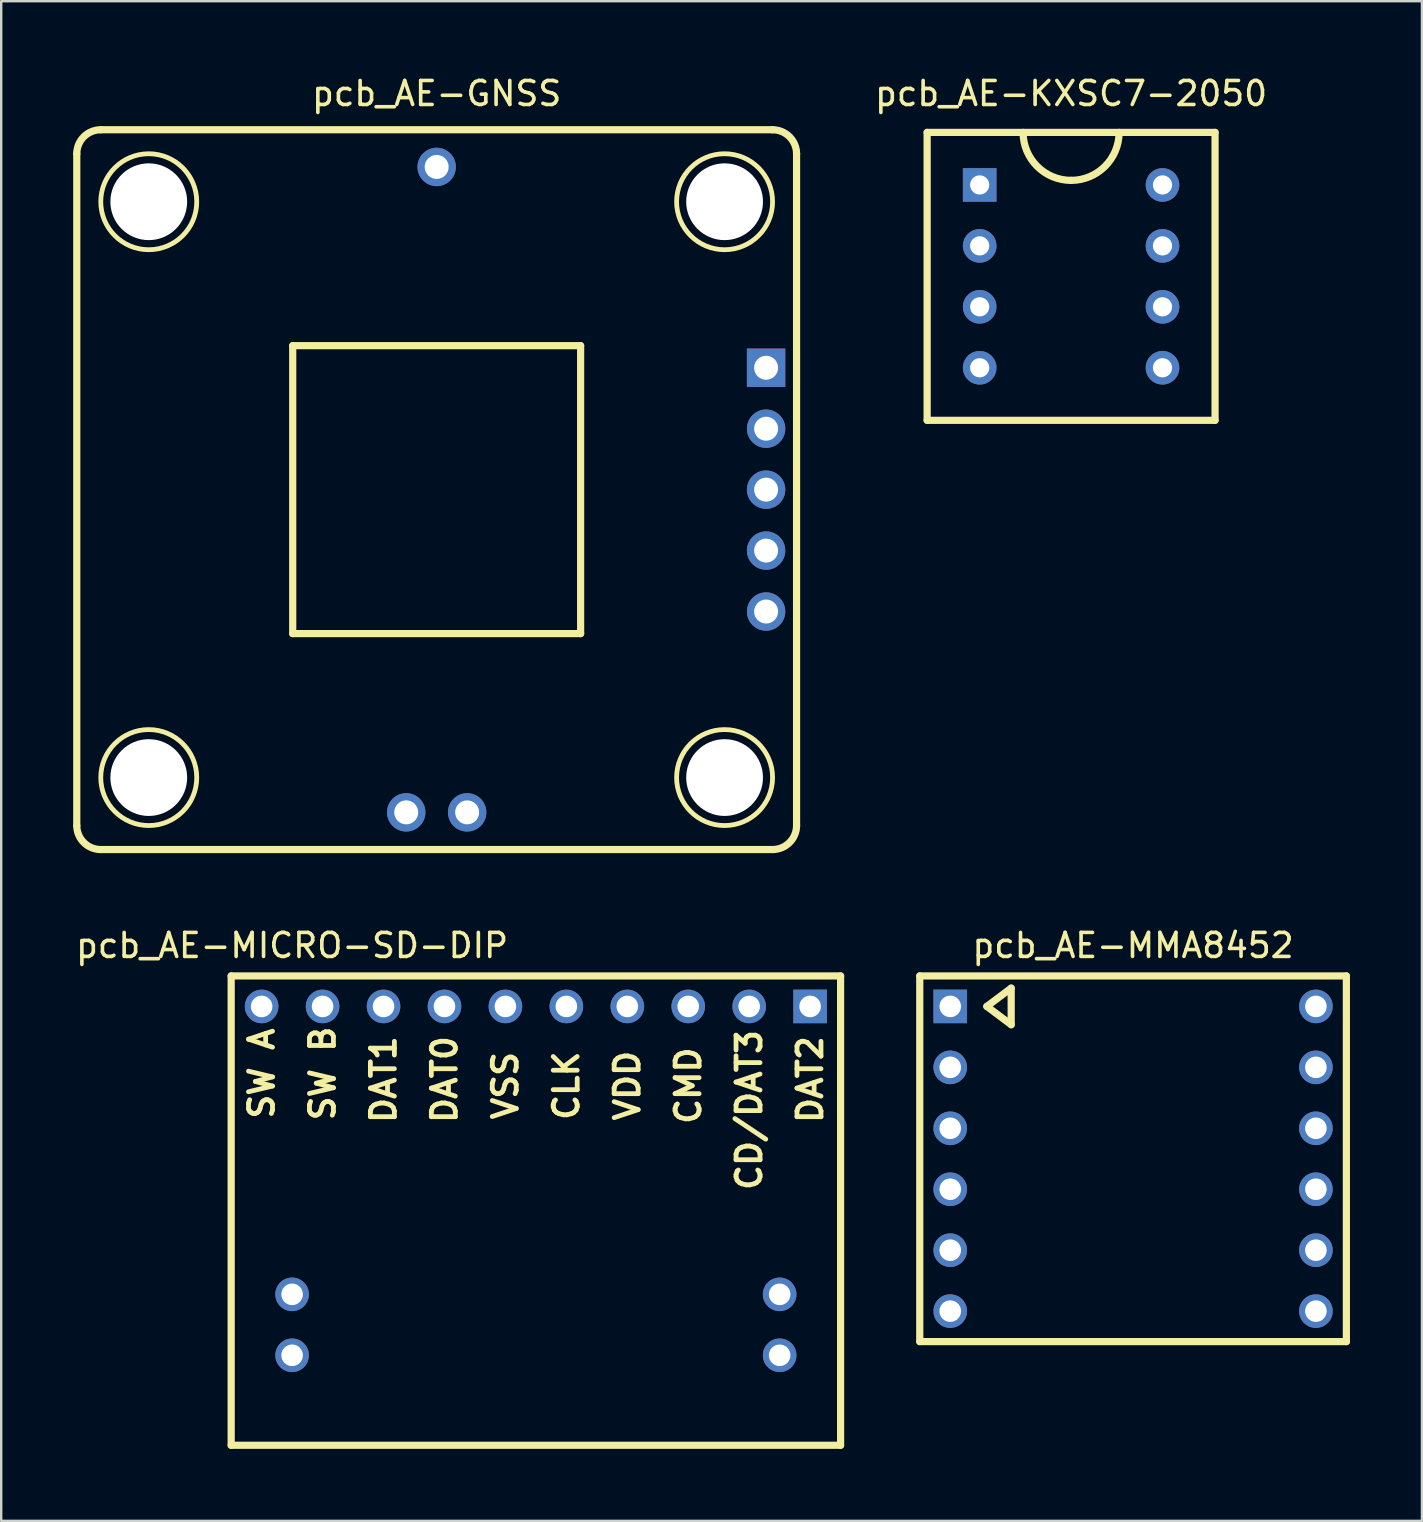
<source format=kicad_pcb>
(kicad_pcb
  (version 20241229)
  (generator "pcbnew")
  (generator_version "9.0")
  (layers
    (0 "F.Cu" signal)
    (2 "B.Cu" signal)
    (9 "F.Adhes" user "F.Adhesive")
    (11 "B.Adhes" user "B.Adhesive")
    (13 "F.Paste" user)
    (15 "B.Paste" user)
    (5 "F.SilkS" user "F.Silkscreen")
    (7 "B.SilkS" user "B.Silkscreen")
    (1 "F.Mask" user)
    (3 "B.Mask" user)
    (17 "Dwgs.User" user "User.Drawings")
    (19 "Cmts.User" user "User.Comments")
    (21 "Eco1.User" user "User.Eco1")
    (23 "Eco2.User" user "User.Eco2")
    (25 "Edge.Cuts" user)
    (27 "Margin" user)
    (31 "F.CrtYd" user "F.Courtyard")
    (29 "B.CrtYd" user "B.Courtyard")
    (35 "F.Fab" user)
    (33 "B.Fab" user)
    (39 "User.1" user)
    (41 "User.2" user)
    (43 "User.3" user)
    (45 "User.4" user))
  (footprint "pcb_AE-KXSC7-2050"
    (layer "F.Cu")
    (at 41.592 8.468)
    (property "Reference" "pcb_AE-KXSC7-2050" (at 0 -7.62 0) (layer "F.SilkS") (effects (font (size 1 1) (thickness 0.15))))
    (attr through_hole)
    (fp_line (start -6 -6) (end -6 6) (stroke (width 0.3) (type solid)) (layer "F.SilkS"))
    (fp_line (start -6 -6) (end 6 -6) (stroke (width 0.3) (type solid)) (layer "F.SilkS"))
    (fp_line (start -6 6) (end 6 6) (stroke (width 0.3) (type solid)) (layer "F.SilkS"))
    (fp_line (start 6 6) (end 6 -6) (stroke (width 0.3) (type solid)) (layer "F.SilkS"))
    (fp_arc (start 0 -4) (mid -1.414214 -4.585786) (end -2 -6) (stroke (width 0.3) (type solid)) (layer "F.SilkS"))
    (fp_arc (start 2 -6) (mid 1.414214 -4.585786) (end 0 -4) (stroke (width 0.3) (type solid)) (layer "F.SilkS"))
    (pad "1" thru_hole rect (at -3.81 -3.81) (size 1.4 1.4) (drill 0.8) (layers "*.Cu" "*.Mask"))
    (pad "2" thru_hole circle (at -3.81 -1.27) (size 1.4 1.4) (drill 0.8) (layers "*.Cu" "*.Mask"))
    (pad "3" thru_hole circle (at -3.81 1.27) (size 1.4 1.4) (drill 0.8) (layers "*.Cu" "*.Mask"))
    (pad "4" thru_hole circle (at -3.81 3.81) (size 1.4 1.4) (drill 0.8) (layers "*.Cu" "*.Mask"))
    (pad "5" thru_hole circle (at 3.81 3.81) (size 1.4 1.4) (drill 0.8) (layers "*.Cu" "*.Mask"))
    (pad "6" thru_hole circle (at 3.81 1.27) (size 1.4 1.4) (drill 0.8) (layers "*.Cu" "*.Mask"))
    (pad "7" thru_hole circle (at 3.81 -1.27) (size 1.4 1.4) (drill 0.8) (layers "*.Cu" "*.Mask"))
    (pad "8" thru_hole circle (at 3.81 -3.81) (size 1.4 1.4) (drill 0.8) (layers "*.Cu" "*.Mask")))
  (footprint "pcb_AE-MMA8452"
    (layer "F.Cu")
    (at 44.175 45.246)
    (property "Reference" "pcb_AE-MMA8452" (at 0 -8.89 0) (layer "F.SilkS") (effects (font (size 1 1) (thickness 0.15))))
    (attr through_hole)
    (fp_line (start -8.89 -7.62) (end -8.89 7.62) (stroke (width 0.3) (type solid)) (layer "F.SilkS"))
    (fp_line (start -8.89 7.62) (end 8.89 7.62) (stroke (width 0.3) (type solid)) (layer "F.SilkS"))
    (fp_line (start -6.096 -6.35) (end -5.08 -7.112) (stroke (width 0.3) (type solid)) (layer "F.SilkS"))
    (fp_line (start -5.08 -7.112) (end -5.08 -5.588) (stroke (width 0.3) (type solid)) (layer "F.SilkS"))
    (fp_line (start -5.08 -5.588) (end -6.096 -6.35) (stroke (width 0.3) (type solid)) (layer "F.SilkS"))
    (fp_line (start 8.89 -7.62) (end -8.89 -7.62) (stroke (width 0.3) (type solid)) (layer "F.SilkS"))
    (fp_line (start 8.89 7.62) (end 8.89 -7.62) (stroke (width 0.3) (type solid)) (layer "F.SilkS"))
    (pad "1" thru_hole rect (at -7.62 -6.35) (size 1.4 1.4) (drill 0.9) (layers "*.Cu" "*.Mask"))
    (pad "2" thru_hole circle (at -7.62 -3.81) (size 1.4 1.4) (drill 0.9) (layers "*.Cu" "*.Mask"))
    (pad "3" thru_hole circle (at -7.62 -1.27) (size 1.4 1.4) (drill 0.9) (layers "*.Cu" "*.Mask"))
    (pad "4" thru_hole circle (at -7.62 1.27) (size 1.4 1.4) (drill 0.9) (layers "*.Cu" "*.Mask"))
    (pad "5" thru_hole circle (at -7.62 3.81) (size 1.4 1.4) (drill 0.9) (layers "*.Cu" "*.Mask"))
    (pad "6" thru_hole circle (at -7.62 6.35) (size 1.4 1.4) (drill 0.9) (layers "*.Cu" "*.Mask"))
    (pad "7" thru_hole circle (at 7.62 6.35) (size 1.4 1.4) (drill 0.9) (layers "*.Cu" "*.Mask"))
    (pad "8" thru_hole circle (at 7.62 3.81) (size 1.4 1.4) (drill 0.9) (layers "*.Cu" "*.Mask"))
    (pad "9" thru_hole circle (at 7.62 1.27) (size 1.4 1.4) (drill 0.9) (layers "*.Cu" "*.Mask"))
    (pad "10" thru_hole circle (at 7.62 -1.27) (size 1.4 1.4) (drill 0.9) (layers "*.Cu" "*.Mask"))
    (pad "11" thru_hole circle (at 7.62 -3.81) (size 1.4 1.4) (drill 0.9) (layers "*.Cu" "*.Mask"))
    (pad "12" thru_hole circle (at 7.62 -6.35) (size 1.4 1.4) (drill 0.9) (layers "*.Cu" "*.Mask")))
  (footprint "pcb_AE-GNSS"
    (layer "F.Cu")
    (at 15.15 17.358)
    (property "Reference" "pcb_AE-GNSS" (at 0 -16.51 0) (layer "F.SilkS") (effects (font (size 1 1) (thickness 0.15))))
    (attr through_hole)
    (fp_line (start -15 -14) (end -15 14) (stroke (width 0.3) (type solid)) (layer "F.SilkS"))
    (fp_line (start -14 15) (end 14 15) (stroke (width 0.3) (type solid)) (layer "F.SilkS"))
    (fp_line (start -6 -6) (end -6 6) (stroke (width 0.3) (type solid)) (layer "F.SilkS"))
    (fp_line (start -6 6) (end 6 6) (stroke (width 0.3) (type solid)) (layer "F.SilkS"))
    (fp_line (start 6 -6) (end -6 -6) (stroke (width 0.3) (type solid)) (layer "F.SilkS"))
    (fp_line (start 6 6) (end 6 -6) (stroke (width 0.3) (type solid)) (layer "F.SilkS"))
    (fp_line (start 14 -15) (end -14 -15) (stroke (width 0.3) (type solid)) (layer "F.SilkS"))
    (fp_line (start 15 14) (end 15 -14) (stroke (width 0.3) (type solid)) (layer "F.SilkS"))
    (fp_arc (start -15 -14) (mid -14.707107 -14.707107) (end -14 -15) (stroke (width 0.3) (type solid)) (layer "F.SilkS"))
    (fp_arc (start -14 15) (mid -14.707107 14.707107) (end -15 14) (stroke (width 0.3) (type solid)) (layer "F.SilkS"))
    (fp_arc (start 14 -15) (mid 14.707107 -14.707107) (end 15 -14) (stroke (width 0.3) (type solid)) (layer "F.SilkS"))
    (fp_arc (start 15 14) (mid 14.707107 14.707107) (end 14 15) (stroke (width 0.3) (type solid)) (layer "F.SilkS"))
    (fp_circle (center -12 -12) (end -10 -12) (stroke (width 0.2) (type solid)) (fill no) (layer "F.SilkS"))
    (fp_circle (center -12 12) (end -10 12) (stroke (width 0.2) (type solid)) (fill no) (layer "F.SilkS"))
    (fp_circle (center 12 -12) (end 14 -12) (stroke (width 0.2) (type solid)) (fill no) (layer "F.SilkS"))
    (fp_circle (center 12 12) (end 14 12) (stroke (width 0.2) (type solid)) (fill no) (layer "F.SilkS"))
    (pad "" np_thru_hole circle (at -12 -12) (size 3.2 3.2) (drill 3.2) (layers "*.Cu" "*.Mask"))
    (pad "" np_thru_hole circle (at -12 12) (size 3.2 3.2) (drill 3.2) (layers "*.Cu" "*.Mask"))
    (pad "" np_thru_hole circle (at 12 -12) (size 3.2 3.2) (drill 3.2) (layers "*.Cu" "*.Mask"))
    (pad "" np_thru_hole circle (at 12 12) (size 3.2 3.2) (drill 3.2) (layers "*.Cu" "*.Mask"))
    (pad "1" thru_hole rect (at 13.73 -5.08) (size 1.6 1.6) (drill 1) (layers "*.Cu" "*.Mask"))
    (pad "2" thru_hole circle (at 13.73 -2.54) (size 1.6 1.6) (drill 1) (layers "*.Cu" "*.Mask"))
    (pad "3" thru_hole circle (at 13.73 0) (size 1.6 1.6) (drill 1) (layers "*.Cu" "*.Mask"))
    (pad "4" thru_hole circle (at 13.73 2.54) (size 1.6 1.6) (drill 1) (layers "*.Cu" "*.Mask"))
    (pad "5" thru_hole circle (at 13.73 5.08) (size 1.6 1.6) (drill 1) (layers "*.Cu" "*.Mask"))
    (pad "6" thru_hole circle (at 0 -13.45) (size 1.6 1.6) (drill 1) (layers "*.Cu" "*.Mask"))
    (pad "7" thru_hole circle (at -1.27 13.45) (size 1.6 1.6) (drill 1) (layers "*.Cu" "*.Mask"))
    (pad "8" thru_hole circle (at 1.27 13.45) (size 1.6 1.6) (drill 1) (layers "*.Cu" "*.Mask")))
  (footprint "pcb_AE-MICRO-SD-DIP"
    (layer "F.Cu")
    (at 19.285 38.897)
    (property "Reference" "pcb_AE-MICRO-SD-DIP" (at -10.16 -2.54 0) (layer "F.SilkS") (effects (font (size 1 1) (thickness 0.15))))
    (attr through_hole)
    (fp_line (start -12.7 -1.27) (end -12.7 18.29) (stroke (width 0.3) (type solid)) (layer "F.SilkS"))
    (fp_line (start -12.7 18.29) (end 12.7 18.29) (stroke (width 0.3) (type solid)) (layer "F.SilkS"))
    (fp_line (start 12.7 -1.27) (end -12.7 -1.27) (stroke (width 0.3) (type solid)) (layer "F.SilkS"))
    (fp_line (start 12.7 18.29) (end 12.7 -1.27) (stroke (width 0.3) (type solid)) (layer "F.SilkS"))
    (fp_text user "SW B" (at -8.89 2.794 90) (layer "F.SilkS") (effects (font (size 1 1) (thickness 0.2))))
    (fp_text user "CMD" (at 6.35 3.302 90) (layer "F.SilkS") (effects (font (size 1 1) (thickness 0.2))))
    (fp_text user "DAT0" (at -3.81 3.048 90) (layer "F.SilkS") (effects (font (size 1 1) (thickness 0.2))))
    (fp_text user "CD/DAT3" (at 8.89 4.318 90) (layer "F.SilkS") (effects (font (size 1 1) (thickness 0.2))))
    (fp_text user "SW A" (at -11.43 2.794 90) (layer "F.SilkS") (effects (font (size 1 1) (thickness 0.2))))
    (fp_text user "CLK" (at 1.27 3.302 90) (layer "F.SilkS") (effects (font (size 1 1) (thickness 0.2))))
    (fp_text user "VSS" (at -1.27 3.302 90) (layer "F.SilkS") (effects (font (size 1 1) (thickness 0.2))))
    (fp_text user "VDD" (at 3.81 3.302 90) (layer "F.SilkS") (effects (font (size 1 1) (thickness 0.2))))
    (fp_text user "DAT1" (at -6.35 3.048 90) (layer "F.SilkS") (effects (font (size 1 1) (thickness 0.2))))
    (fp_text user "DAT2" (at 11.43 3.048 90) (layer "F.SilkS") (effects (font (size 1 1) (thickness 0.2))))
    (pad "1" thru_hole rect (at 11.43 0) (size 1.4 1.4) (drill 0.9) (layers "*.Cu" "*.Mask"))
    (pad "2" thru_hole circle (at 8.89 0) (size 1.4 1.4) (drill 0.9) (layers "*.Cu" "*.Mask"))
    (pad "3" thru_hole circle (at 6.35 0) (size 1.4 1.4) (drill 0.9) (layers "*.Cu" "*.Mask"))
    (pad "4" thru_hole circle (at 3.81 0) (size 1.4 1.4) (drill 0.9) (layers "*.Cu" "*.Mask"))
    (pad "5" thru_hole circle (at 1.27 0) (size 1.4 1.4) (drill 0.9) (layers "*.Cu" "*.Mask"))
    (pad "6" thru_hole circle (at -1.27 0) (size 1.4 1.4) (drill 0.9) (layers "*.Cu" "*.Mask"))
    (pad "7" thru_hole circle (at -3.81 0) (size 1.4 1.4) (drill 0.9) (layers "*.Cu" "*.Mask"))
    (pad "8" thru_hole circle (at -6.35 0) (size 1.4 1.4) (drill 0.9) (layers "*.Cu" "*.Mask"))
    (pad "9" thru_hole circle (at -8.89 0) (size 1.4 1.4) (drill 0.9) (layers "*.Cu" "*.Mask"))
    (pad "10" thru_hole circle (at -11.43 0) (size 1.4 1.4) (drill 0.9) (layers "*.Cu" "*.Mask"))
    (pad "11" thru_hole circle (at -10.16 12) (size 1.4 1.4) (drill 0.9) (layers "*.Cu" "*.Mask"))
    (pad "12" thru_hole circle (at -10.16 14.54) (size 1.4 1.4) (drill 0.9) (layers "*.Cu" "*.Mask"))
    (pad "13" thru_hole circle (at 10.16 12) (size 1.4 1.4) (drill 0.9) (layers "*.Cu" "*.Mask"))
    (pad "14" thru_hole circle (at 10.16 14.54) (size 1.4 1.4) (drill 0.9) (layers "*.Cu" "*.Mask")))
  (gr_rect
    (start -3 -3)
    (end 56.215 60.337)
    (stroke (width 0.1) (type default))
    (fill no)
    (layer "Edge.Cuts")))
</source>
